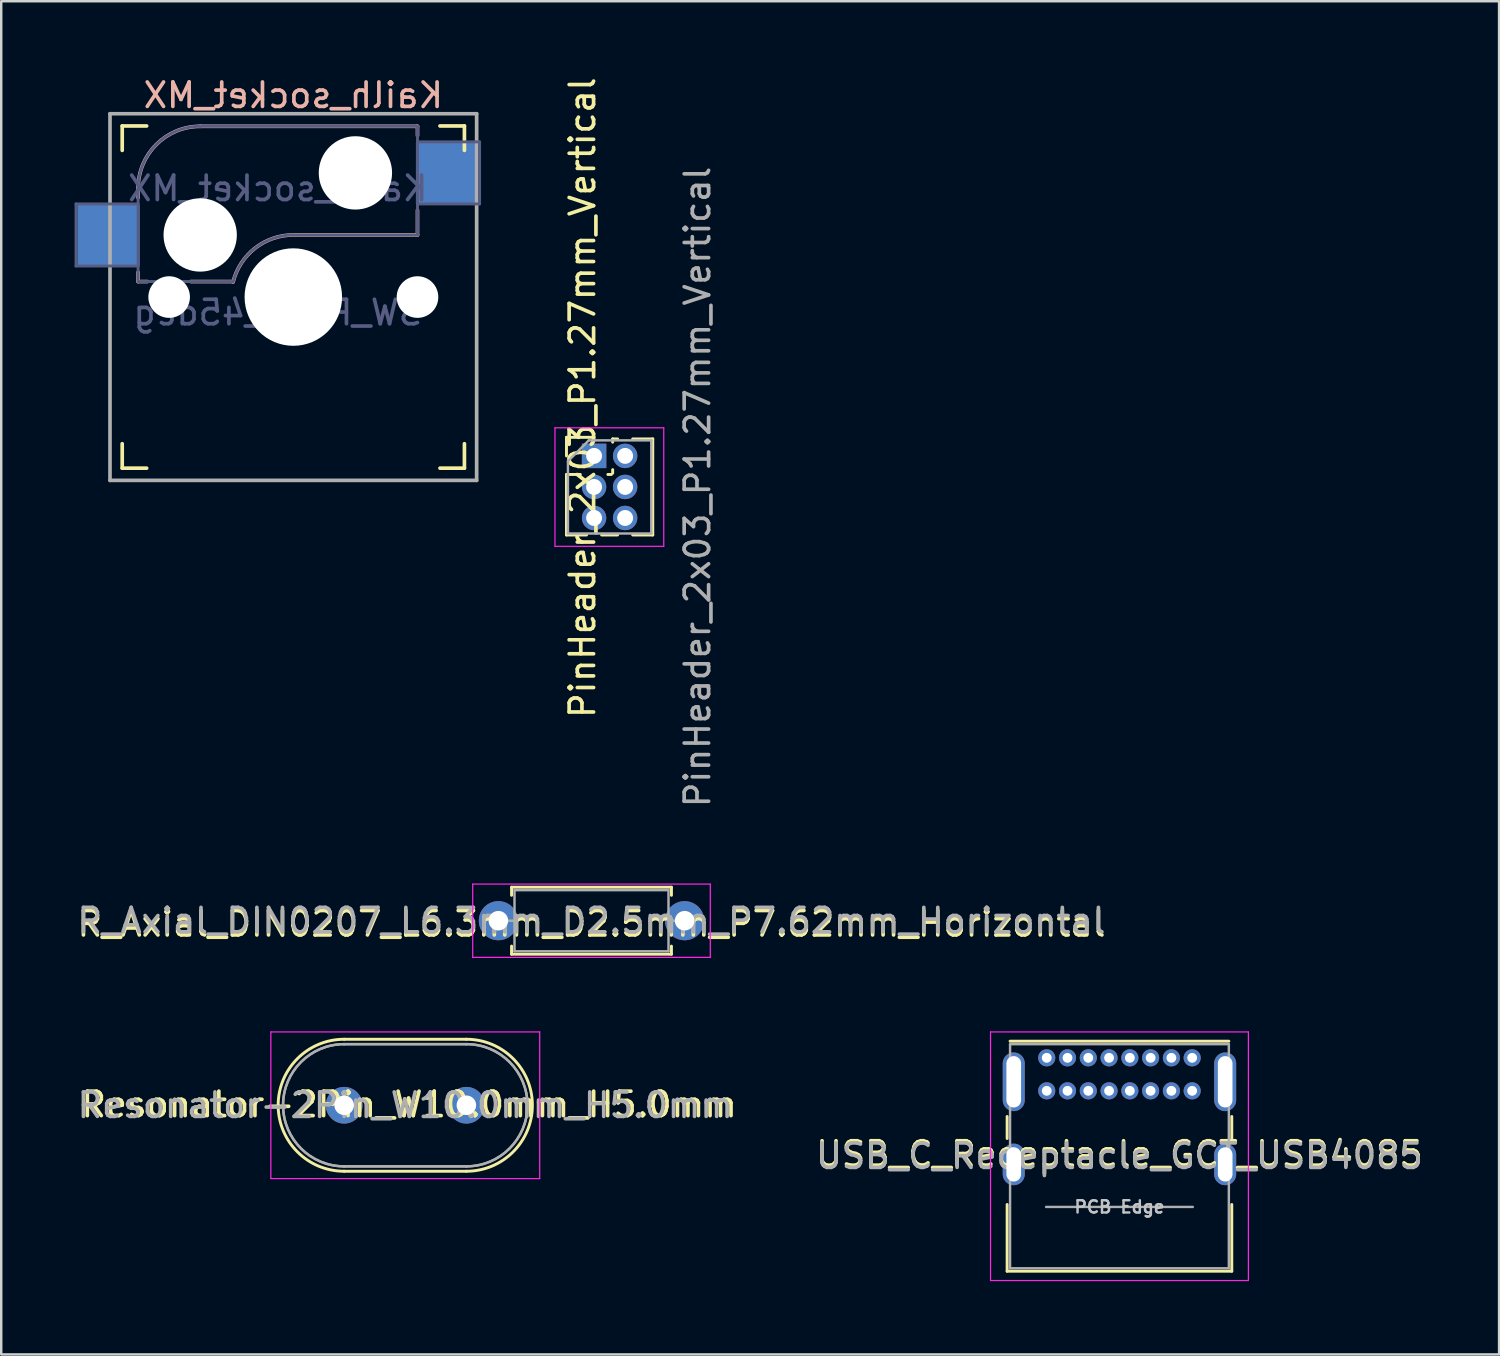
<source format=kicad_pcb>
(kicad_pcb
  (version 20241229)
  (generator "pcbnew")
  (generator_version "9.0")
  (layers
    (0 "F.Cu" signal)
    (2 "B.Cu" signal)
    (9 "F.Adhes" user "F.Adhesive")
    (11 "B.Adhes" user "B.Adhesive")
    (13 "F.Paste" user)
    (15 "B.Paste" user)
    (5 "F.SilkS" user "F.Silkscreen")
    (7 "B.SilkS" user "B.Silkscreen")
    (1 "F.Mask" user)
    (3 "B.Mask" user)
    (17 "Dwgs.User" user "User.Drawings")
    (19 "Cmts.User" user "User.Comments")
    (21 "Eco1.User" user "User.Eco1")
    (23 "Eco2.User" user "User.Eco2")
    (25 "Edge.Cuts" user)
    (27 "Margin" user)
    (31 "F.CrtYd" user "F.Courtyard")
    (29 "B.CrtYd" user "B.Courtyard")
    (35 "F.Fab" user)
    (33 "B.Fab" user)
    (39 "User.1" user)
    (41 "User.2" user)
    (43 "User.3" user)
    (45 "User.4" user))
  (footprint "USB_C_Receptacle_GCT_USB4085"
    (layer "F.Cu")
    (at 39.773 40.227)
    (property "Reference" "USB_C_Receptacle_GCT_USB4085" (at 2.975 3.937 0) (layer "F.SilkS") (effects (font (size 1 1) (thickness 0.15))))
    (attr through_hole)
    (fp_line (start -1.62 2.4) (end -1.62 3.3) (stroke (width 0.12) (type solid)) (layer "F.SilkS"))
    (fp_line (start -1.62 6) (end -1.62 8.73) (stroke (width 0.12) (type solid)) (layer "F.SilkS"))
    (fp_line (start -1.62 8.73) (end 7.57 8.73) (stroke (width 0.12) (type solid)) (layer "F.SilkS"))
    (fp_line (start -1.5 -0.68) (end 7.45 -0.68) (stroke (width 0.12) (type solid)) (layer "F.SilkS"))
    (fp_line (start 7.57 2.4) (end 7.57 3.3) (stroke (width 0.12) (type solid)) (layer "F.SilkS"))
    (fp_line (start 7.57 6) (end 7.57 8.73) (stroke (width 0.12) (type solid)) (layer "F.SilkS"))
    (fp_line (start -2.3 -1.06) (end -2.3 9.11) (stroke (width 0.05) (type solid)) (layer "F.CrtYd"))
    (fp_line (start -2.3 -1.06) (end 8.25 -1.06) (stroke (width 0.05) (type solid)) (layer "F.CrtYd"))
    (fp_line (start -2.3 9.11) (end 8.25 9.11) (stroke (width 0.05) (type solid)) (layer "F.CrtYd"))
    (fp_line (start 8.25 -1.06) (end 8.25 9.11) (stroke (width 0.05) (type solid)) (layer "F.CrtYd"))
    (fp_line (start -1.5 -0.56) (end -1.5 8.61) (stroke (width 0.1) (type solid)) (layer "F.Fab"))
    (fp_line (start -1.5 -0.56) (end 7.45 -0.56) (stroke (width 0.1) (type solid)) (layer "F.Fab"))
    (fp_line (start -1.5 8.61) (end 7.45 8.61) (stroke (width 0.1) (type solid)) (layer "F.Fab"))
    (fp_line (start -0.025 6.1) (end 5.975 6.1) (stroke (width 0.1) (type solid)) (layer "F.Fab"))
    (fp_line (start 7.45 -0.56) (end 7.45 8.61) (stroke (width 0.1) (type solid)) (layer "F.Fab"))
    (fp_text user "PCB Edge" (at 2.975 6.1 0) (layer "Dwgs.User") (effects (font (size 0.5 0.5) (thickness 0.1))))
    (fp_text user "${REFERENCE}" (at 2.975 4.025 0) (layer "F.Fab") (effects (font (size 1 1) (thickness 0.15))))
    (pad "A1" thru_hole circle (at 0 0) (size 0.7 0.7) (drill 0.4) (layers "*.Cu" "*.Mask"))
    (pad "A4" thru_hole circle (at 0.85 0) (size 0.7 0.7) (drill 0.4) (layers "*.Cu" "*.Mask"))
    (pad "A5" thru_hole circle (at 1.7 0) (size 0.7 0.7) (drill 0.4) (layers "*.Cu" "*.Mask"))
    (pad "A6" thru_hole circle (at 2.55 0) (size 0.7 0.7) (drill 0.4) (layers "*.Cu" "*.Mask"))
    (pad "A7" thru_hole circle (at 3.4 0) (size 0.7 0.7) (drill 0.4) (layers "*.Cu" "*.Mask"))
    (pad "A8" thru_hole circle (at 4.25 0) (size 0.7 0.7) (drill 0.4) (layers "*.Cu" "*.Mask"))
    (pad "A9" thru_hole circle (at 5.1 0) (size 0.7 0.7) (drill 0.4) (layers "*.Cu" "*.Mask"))
    (pad "A12" thru_hole circle (at 5.95 0) (size 0.7 0.7) (drill 0.4) (layers "*.Cu" "*.Mask"))
    (pad "B1" thru_hole circle (at 5.95 1.35) (size 0.7 0.7) (drill 0.4) (layers "*.Cu" "*.Mask"))
    (pad "B4" thru_hole circle (at 5.1 1.35) (size 0.7 0.7) (drill 0.4) (layers "*.Cu" "*.Mask"))
    (pad "B5" thru_hole circle (at 4.25 1.35) (size 0.7 0.7) (drill 0.4) (layers "*.Cu" "*.Mask"))
    (pad "B6" thru_hole circle (at 3.4 1.35) (size 0.7 0.7) (drill 0.4) (layers "*.Cu" "*.Mask"))
    (pad "B7" thru_hole circle (at 2.55 1.35) (size 0.7 0.7) (drill 0.4) (layers "*.Cu" "*.Mask"))
    (pad "B8" thru_hole circle (at 1.7 1.35) (size 0.7 0.7) (drill 0.4) (layers "*.Cu" "*.Mask"))
    (pad "B9" thru_hole circle (at 0.85 1.35) (size 0.7 0.7) (drill 0.4) (layers "*.Cu" "*.Mask"))
    (pad "B12" thru_hole circle (at 0 1.35) (size 0.7 0.7) (drill 0.4) (layers "*.Cu" "*.Mask"))
    (pad "S1" thru_hole oval (at -1.35 0.98) (size 0.9 2.4) (drill oval 0.6 2.1) (layers "*.Cu" "*.Mask"))
    (pad "S1" thru_hole oval (at -1.35 4.36) (size 0.9 1.7) (drill oval 0.6 1.4) (layers "*.Cu" "*.Mask"))
    (pad "S1" thru_hole oval (at 7.3 0.98) (size 0.9 2.4) (drill oval 0.6 2.1) (layers "*.Cu" "*.Mask"))
    (pad "S1" thru_hole oval (at 7.3 4.36) (size 0.9 1.7) (drill oval 0.6 1.4) (layers "*.Cu" "*.Mask")))
  (footprint "Kailh_socket_MX"
    (layer "F.Cu")
    (at 8.95 9.103)
    (property "Reference" "Kailh_socket_MX" (at 0 -8.255 0) (layer "B.SilkS") (effects (font (size 1 1) (thickness 0.15)) (justify mirror)))
    (property "Value" "SW_Push_45deg" (at 0 8.255 0) (layer "F.Fab") (hide yes) (effects (font (size 1 1) (thickness 0.15))))
    (attr smd)
    (fp_line (start -7 -6) (end -7 -7) (stroke (width 0.15) (type solid)) (layer "F.SilkS"))
    (fp_line (start -7 7) (end -7 6) (stroke (width 0.15) (type solid)) (layer "F.SilkS"))
    (fp_line (start -7 7) (end -6 7) (stroke (width 0.15) (type solid)) (layer "F.SilkS"))
    (fp_line (start -6 -7) (end -7 -7) (stroke (width 0.15) (type solid)) (layer "F.SilkS"))
    (fp_line (start 6 7) (end 7 7) (stroke (width 0.15) (type solid)) (layer "F.SilkS"))
    (fp_line (start 7 -7) (end 6 -7) (stroke (width 0.15) (type solid)) (layer "F.SilkS"))
    (fp_line (start 7 -7) (end 7 -6) (stroke (width 0.15) (type solid)) (layer "F.SilkS"))
    (fp_line (start 7 6) (end 7 7) (stroke (width 0.15) (type solid)) (layer "F.SilkS"))
    (fp_line (start -6.35 -4.445) (end -6.35 -4.064) (stroke (width 0.15) (type solid)) (layer "B.SilkS"))
    (fp_line (start -6.35 -1.016) (end -6.35 -0.635) (stroke (width 0.15) (type solid)) (layer "B.SilkS"))
    (fp_line (start -5.969 -0.635) (end -6.35 -0.635) (stroke (width 0.15) (type solid)) (layer "B.SilkS"))
    (fp_line (start -3.81 -6.985) (end 5.08 -6.985) (stroke (width 0.15) (type solid)) (layer "B.SilkS"))
    (fp_line (start -2.464 -0.635) (end -4.191 -0.635) (stroke (width 0.15) (type solid)) (layer "B.SilkS"))
    (fp_line (start 5.08 -6.985) (end 5.08 -6.604) (stroke (width 0.15) (type solid)) (layer "B.SilkS"))
    (fp_line (start 5.08 -3.556) (end 5.08 -2.54) (stroke (width 0.15) (type solid)) (layer "B.SilkS"))
    (fp_line (start 5.08 -2.54) (end 0 -2.54) (stroke (width 0.15) (type solid)) (layer "B.SilkS"))
    (fp_arc (start -6.35 -4.445) (mid -5.606051 -6.241051) (end -3.81 -6.985) (stroke (width 0.15) (type solid)) (layer "B.SilkS"))
    (fp_arc (start -2.464162 -0.61604) (mid -1.563147 -2.002042) (end 0 -2.54) (stroke (width 0.15) (type solid)) (layer "B.SilkS"))
    (fp_line (start -6.9 6.9) (end -6.9 -6.9) (stroke (width 0.15) (type solid)) (layer "Eco2.User"))
    (fp_line (start -6.9 6.9) (end 6.9 6.9) (stroke (width 0.15) (type solid)) (layer "Eco2.User"))
    (fp_line (start 6.9 -6.9) (end -6.9 -6.9) (stroke (width 0.15) (type solid)) (layer "Eco2.User"))
    (fp_line (start 6.9 -6.9) (end 6.9 6.9) (stroke (width 0.15) (type solid)) (layer "Eco2.User"))
    (fp_line (start -8.89 -3.81) (end -6.35 -3.81) (stroke (width 0.12) (type solid)) (layer "B.Fab"))
    (fp_line (start -8.89 -1.27) (end -8.89 -3.81) (stroke (width 0.12) (type solid)) (layer "B.Fab"))
    (fp_line (start -6.35 -1.27) (end -8.89 -1.27) (stroke (width 0.12) (type solid)) (layer "B.Fab"))
    (fp_line (start -6.35 -0.635) (end -6.35 -4.445) (stroke (width 0.12) (type solid)) (layer "B.Fab"))
    (fp_line (start -6.35 -0.635) (end -2.54 -0.635) (stroke (width 0.12) (type solid)) (layer "B.Fab"))
    (fp_line (start -3.81 -6.985) (end 5.08 -6.985) (stroke (width 0.12) (type solid)) (layer "B.Fab"))
    (fp_line (start 5.08 -6.985) (end 5.08 -2.54) (stroke (width 0.12) (type solid)) (layer "B.Fab"))
    (fp_line (start 5.08 -6.35) (end 7.62 -6.35) (stroke (width 0.12) (type solid)) (layer "B.Fab"))
    (fp_line (start 5.08 -2.54) (end 0 -2.54) (stroke (width 0.12) (type solid)) (layer "B.Fab"))
    (fp_line (start 7.62 -6.35) (end 7.62 -3.81) (stroke (width 0.12) (type solid)) (layer "B.Fab"))
    (fp_line (start 7.62 -3.81) (end 5.08 -3.81) (stroke (width 0.12) (type solid)) (layer "B.Fab"))
    (fp_arc (start -6.35 -4.445) (mid -5.606051 -6.241051) (end -3.81 -6.985) (stroke (width 0.12) (type solid)) (layer "B.Fab"))
    (fp_arc (start -2.464162 -0.61604) (mid -1.563147 -2.002042) (end 0 -2.54) (stroke (width 0.12) (type solid)) (layer "B.Fab"))
    (fp_line (start -7.5 -7.5) (end 7.5 -7.5) (stroke (width 0.15) (type solid)) (layer "F.Fab"))
    (fp_line (start -7.5 7.5) (end -7.5 -7.5) (stroke (width 0.15) (type solid)) (layer "F.Fab"))
    (fp_line (start 7.5 -7.5) (end 7.5 7.5) (stroke (width 0.15) (type solid)) (layer "F.Fab"))
    (fp_line (start 7.5 7.5) (end -7.5 7.5) (stroke (width 0.15) (type solid)) (layer "F.Fab"))
    (fp_text user "${VALUE}" (at -0.635 0.635 0) (layer "B.Fab") (effects (font (size 1 1) (thickness 0.15)) (justify mirror)))
    (fp_text user "${REFERENCE}" (at -0.635 -4.445 0) (layer "B.Fab") (effects (font (size 1 1) (thickness 0.15)) (justify mirror)))
    (pad "" np_thru_hole circle (at -5.08 0) (size 1.702 1.702) (drill 1.702) (layers "*.Cu" "*.Mask"))
    (pad "" np_thru_hole circle (at -3.81 -2.54) (size 3 3) (drill 3) (layers "*.Cu" "*.Mask"))
    (pad "" np_thru_hole circle (at 0 0) (size 3.988 3.988) (drill 3.988) (layers "*.Cu" "*.Mask"))
    (pad "" np_thru_hole circle (at 2.54 -5.08) (size 3 3) (drill 3) (layers "*.Cu" "*.Mask"))
    (pad "" np_thru_hole circle (at 5.08 0) (size 1.702 1.702) (drill 1.702) (layers "*.Cu" "*.Mask"))
    (pad "1" smd rect (at 6.29 -5.08) (size 2.55 2.5) (layers "B.Cu" "B.Mask" "B.Paste"))
    (pad "2" smd rect (at -7.56 -2.54) (size 2.55 2.5) (layers "B.Cu" "B.Mask" "B.Paste")))
  (footprint "PinHeader_2x03_P1.27mm_Vertical"
    (layer "F.Cu")
    (at 21.255 15.601)
    (property "Reference" "PinHeader_2x03_P1.27mm_Vertical" (at -0.476 -2.381 270) (layer "F.SilkS") (effects (font (size 1 1) (thickness 0.15))))
    (attr through_hole)
    (fp_line (start -1.13 -0.76) (end 0 -0.76) (stroke (width 0.12) (type solid)) (layer "F.SilkS"))
    (fp_line (start -1.13 0) (end -1.13 -0.76) (stroke (width 0.12) (type solid)) (layer "F.SilkS"))
    (fp_line (start -1.13 0.76) (end -1.13 3.235) (stroke (width 0.12) (type solid)) (layer "F.SilkS"))
    (fp_line (start -1.13 0.76) (end -0.563 0.76) (stroke (width 0.12) (type solid)) (layer "F.SilkS"))
    (fp_line (start -1.13 3.235) (end -0.308 3.235) (stroke (width 0.12) (type solid)) (layer "F.SilkS"))
    (fp_line (start 0.308 3.235) (end 0.962 3.235) (stroke (width 0.12) (type solid)) (layer "F.SilkS"))
    (fp_line (start 0.563 0.76) (end 0.707 0.76) (stroke (width 0.12) (type solid)) (layer "F.SilkS"))
    (fp_line (start 0.76 -0.695) (end 0.962 -0.695) (stroke (width 0.12) (type solid)) (layer "F.SilkS"))
    (fp_line (start 0.76 -0.563) (end 0.76 -0.695) (stroke (width 0.12) (type solid)) (layer "F.SilkS"))
    (fp_line (start 0.76 0.707) (end 0.76 0.563) (stroke (width 0.12) (type solid)) (layer "F.SilkS"))
    (fp_line (start 1.578 -0.695) (end 2.4 -0.695) (stroke (width 0.12) (type solid)) (layer "F.SilkS"))
    (fp_line (start 1.578 3.235) (end 2.4 3.235) (stroke (width 0.12) (type solid)) (layer "F.SilkS"))
    (fp_line (start 2.4 -0.695) (end 2.4 3.235) (stroke (width 0.12) (type solid)) (layer "F.SilkS"))
    (fp_line (start -1.6 -1.15) (end -1.6 3.7) (stroke (width 0.05) (type solid)) (layer "F.CrtYd"))
    (fp_line (start -1.6 3.7) (end 2.85 3.7) (stroke (width 0.05) (type solid)) (layer "F.CrtYd"))
    (fp_line (start 2.85 -1.15) (end -1.6 -1.15) (stroke (width 0.05) (type solid)) (layer "F.CrtYd"))
    (fp_line (start 2.85 3.7) (end 2.85 -1.15) (stroke (width 0.05) (type solid)) (layer "F.CrtYd"))
    (fp_line (start -1.07 0.217) (end -0.217 -0.635) (stroke (width 0.1) (type solid)) (layer "F.Fab"))
    (fp_line (start -1.07 3.175) (end -1.07 0.217) (stroke (width 0.1) (type solid)) (layer "F.Fab"))
    (fp_line (start -0.217 -0.635) (end 2.34 -0.635) (stroke (width 0.1) (type solid)) (layer "F.Fab"))
    (fp_line (start 2.34 -0.635) (end 2.34 3.175) (stroke (width 0.1) (type solid)) (layer "F.Fab"))
    (fp_line (start 2.34 3.175) (end -1.07 3.175) (stroke (width 0.1) (type solid)) (layer "F.Fab"))
    (fp_text user "${REFERENCE}" (at 4.23 1.27 90) (layer "F.Fab") (effects (font (size 1 1) (thickness 0.15))))
    (pad "1" thru_hole rect (at 0 0) (size 1 1) (drill 0.65) (layers "*.Cu" "*.Mask"))
    (pad "2" thru_hole oval (at 1.27 0) (size 1 1) (drill 0.65) (layers "*.Cu" "*.Mask"))
    (pad "3" thru_hole oval (at 0 1.27) (size 1 1) (drill 0.65) (layers "*.Cu" "*.Mask"))
    (pad "4" thru_hole oval (at 1.27 1.27) (size 1 1) (drill 0.65) (layers "*.Cu" "*.Mask"))
    (pad "5" thru_hole oval (at 0 2.54) (size 1 1) (drill 0.65) (layers "*.Cu" "*.Mask"))
    (pad "6" thru_hole oval (at 1.27 2.54) (size 1 1) (drill 0.65) (layers "*.Cu" "*.Mask")))
  (footprint "Resonator-2Pin_W10.0mm_H5.0mm"
    (layer "F.Cu")
    (at 11.03 42.167)
    (property "Reference" "Resonator-2Pin_W10.0mm_H5.0mm" (at 2.659 -0.032 180) (layer "F.SilkS") (effects (font (size 1 1) (thickness 0.15))))
    (attr through_hole)
    (fp_line (start 0 -2.7) (end 5 -2.7) (stroke (width 0.12) (type solid)) (layer "F.SilkS"))
    (fp_line (start 0 2.7) (end 5 2.7) (stroke (width 0.12) (type solid)) (layer "F.SilkS"))
    (fp_arc (start 0 2.7) (mid -2.7 0) (end 0 -2.7) (stroke (width 0.12) (type solid)) (layer "F.SilkS"))
    (fp_arc (start 5 -2.7) (mid 7.7 0) (end 5 2.7) (stroke (width 0.12) (type solid)) (layer "F.SilkS"))
    (fp_line (start -3 -3) (end -3 3) (stroke (width 0.05) (type solid)) (layer "F.CrtYd"))
    (fp_line (start -3 3) (end 8 3) (stroke (width 0.05) (type solid)) (layer "F.CrtYd"))
    (fp_line (start 8 -3) (end -3 -3) (stroke (width 0.05) (type solid)) (layer "F.CrtYd"))
    (fp_line (start 8 3) (end 8 -3) (stroke (width 0.05) (type solid)) (layer "F.CrtYd"))
    (fp_line (start 0 -2.5) (end 5 -2.5) (stroke (width 0.1) (type solid)) (layer "F.Fab"))
    (fp_line (start 0 -2.5) (end 5 -2.5) (stroke (width 0.1) (type solid)) (layer "F.Fab"))
    (fp_line (start 0 2.5) (end 5 2.5) (stroke (width 0.1) (type solid)) (layer "F.Fab"))
    (fp_line (start 0 2.5) (end 5 2.5) (stroke (width 0.1) (type solid)) (layer "F.Fab"))
    (fp_arc (start 0 2.5) (mid -2.5 0) (end 0 -2.5) (stroke (width 0.1) (type solid)) (layer "F.Fab"))
    (fp_arc (start 0 2.5) (mid -2.5 0) (end 0 -2.5) (stroke (width 0.1) (type solid)) (layer "F.Fab"))
    (fp_arc (start 5 -2.5) (mid 7.5 0) (end 5 2.5) (stroke (width 0.1) (type solid)) (layer "F.Fab"))
    (fp_arc (start 5 -2.5) (mid 7.5 0) (end 5 2.5) (stroke (width 0.1) (type solid)) (layer "F.Fab"))
    (fp_text user "${REFERENCE}" (at 2.5 0 0) (layer "F.Fab") (effects (font (size 1 1) (thickness 0.15))))
    (pad "1" thru_hole circle (at 0 0) (size 1.5 1.5) (drill 0.8) (layers "*.Cu" "*.Mask"))
    (pad "2" thru_hole circle (at 5 0) (size 1.5 1.5) (drill 0.8) (layers "*.Cu" "*.Mask")))
  (footprint "R_Axial_DIN0207_L6.3mm_D2.5mm_P7.62mm_Horizontal"
    (layer "F.Cu")
    (at 17.339 34.617)
    (property "Reference" "R_Axial_DIN0207_L6.3mm_D2.5mm_P7.62mm_Horizontal" (at 3.81 0.127 180) (layer "F.SilkS") (effects (font (size 1 1) (thickness 0.15))))
    (attr through_hole)
    (fp_line (start 0.54 -1.37) (end 7.08 -1.37) (stroke (width 0.12) (type solid)) (layer "F.SilkS"))
    (fp_line (start 0.54 -1.04) (end 0.54 -1.37) (stroke (width 0.12) (type solid)) (layer "F.SilkS"))
    (fp_line (start 0.54 1.04) (end 0.54 1.37) (stroke (width 0.12) (type solid)) (layer "F.SilkS"))
    (fp_line (start 0.54 1.37) (end 7.08 1.37) (stroke (width 0.12) (type solid)) (layer "F.SilkS"))
    (fp_line (start 7.08 -1.37) (end 7.08 -1.04) (stroke (width 0.12) (type solid)) (layer "F.SilkS"))
    (fp_line (start 7.08 1.37) (end 7.08 1.04) (stroke (width 0.12) (type solid)) (layer "F.SilkS"))
    (fp_line (start -1.05 -1.5) (end -1.05 1.5) (stroke (width 0.05) (type solid)) (layer "F.CrtYd"))
    (fp_line (start -1.05 1.5) (end 8.67 1.5) (stroke (width 0.05) (type solid)) (layer "F.CrtYd"))
    (fp_line (start 8.67 -1.5) (end -1.05 -1.5) (stroke (width 0.05) (type solid)) (layer "F.CrtYd"))
    (fp_line (start 8.67 1.5) (end 8.67 -1.5) (stroke (width 0.05) (type solid)) (layer "F.CrtYd"))
    (fp_line (start 0 0) (end 0.66 0) (stroke (width 0.1) (type solid)) (layer "F.Fab"))
    (fp_line (start 0.66 -1.25) (end 0.66 1.25) (stroke (width 0.1) (type solid)) (layer "F.Fab"))
    (fp_line (start 0.66 1.25) (end 6.96 1.25) (stroke (width 0.1) (type solid)) (layer "F.Fab"))
    (fp_line (start 6.96 -1.25) (end 0.66 -1.25) (stroke (width 0.1) (type solid)) (layer "F.Fab"))
    (fp_line (start 6.96 1.25) (end 6.96 -1.25) (stroke (width 0.1) (type solid)) (layer "F.Fab"))
    (fp_line (start 7.62 0) (end 6.96 0) (stroke (width 0.1) (type solid)) (layer "F.Fab"))
    (fp_text user "${REFERENCE}" (at 3.81 0 180) (layer "F.Fab") (effects (font (size 1 1) (thickness 0.15))))
    (pad "1" thru_hole circle (at 0 0) (size 1.6 1.6) (drill 0.8) (layers "*.Cu" "*.Mask"))
    (pad "2" thru_hole oval (at 7.62 0) (size 1.6 1.6) (drill 0.8) (layers "*.Cu" "*.Mask")))
  (gr_rect
    (start -3 -3)
    (end 58.278 52.362)
    (stroke (width 0.1) (type default))
    (fill no)
    (layer "Edge.Cuts")))
</source>
